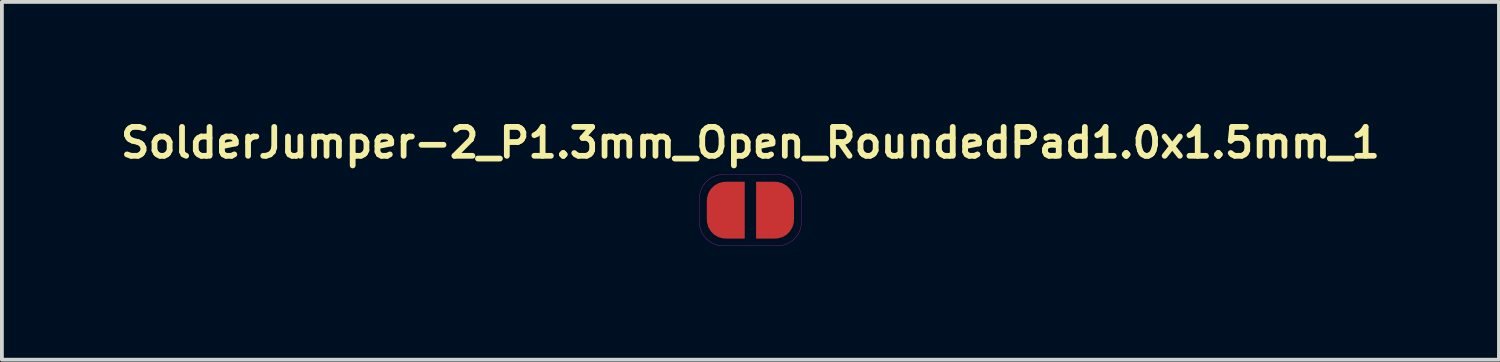
<source format=kicad_pcb>
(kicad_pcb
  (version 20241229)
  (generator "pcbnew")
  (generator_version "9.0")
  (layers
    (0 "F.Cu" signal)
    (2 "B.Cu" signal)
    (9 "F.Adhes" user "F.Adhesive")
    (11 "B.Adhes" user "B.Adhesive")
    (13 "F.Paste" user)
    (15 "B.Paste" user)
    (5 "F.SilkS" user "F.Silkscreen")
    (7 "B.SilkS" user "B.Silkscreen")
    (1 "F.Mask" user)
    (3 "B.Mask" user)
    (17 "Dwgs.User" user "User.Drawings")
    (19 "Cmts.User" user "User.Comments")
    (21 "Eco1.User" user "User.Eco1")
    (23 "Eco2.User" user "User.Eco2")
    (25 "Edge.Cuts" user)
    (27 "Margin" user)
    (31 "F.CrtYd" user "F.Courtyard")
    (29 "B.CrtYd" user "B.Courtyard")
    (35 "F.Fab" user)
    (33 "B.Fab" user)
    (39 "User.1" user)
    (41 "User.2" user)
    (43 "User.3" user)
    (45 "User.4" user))
  (footprint "SolderJumper-2_P1.3mm_Open_RoundedPad1.0x1.5mm_1"
    (layer "F.Cu")
    (at 16.735 2.491)
    (property "Reference" "SolderJumper-2_P1.3mm_Open_RoundedPad1.0x1.5mm_1" (at 0 -1.778 0) (layer "F.SilkS") (effects (font (size 0.762 0.762) (thickness 0.152) (bold yes))))
    (attr exclude_from_pos_files exclude_from_bom)
    (fp_line (start -1.346 0.305) (end -1.346 -0.305) (stroke (width 0.006) (type default)) (layer "F.CrtYd"))
    (fp_line (start -0.711 -0.94) (end 0.711 -0.94) (stroke (width 0.006) (type default)) (layer "F.CrtYd"))
    (fp_line (start 0.711 0.94) (end -0.711 0.94) (stroke (width 0.006) (type default)) (layer "F.CrtYd"))
    (fp_line (start 1.346 -0.305) (end 1.346 0.305) (stroke (width 0.006) (type default)) (layer "F.CrtYd"))
    (fp_arc (start -1.3462 -0.3048) (mid -1.160213 -0.753813) (end -0.7112 -0.9398) (stroke (width 0.00635) (type default)) (layer "F.CrtYd"))
    (fp_arc (start -0.7112 0.9398) (mid -1.160213 0.753813) (end -1.3462 0.3048) (stroke (width 0.00635) (type default)) (layer "F.CrtYd"))
    (fp_arc (start 0.7112 -0.9398) (mid 1.160213 -0.753813) (end 1.3462 -0.3048) (stroke (width 0.00635) (type default)) (layer "F.CrtYd"))
    (fp_arc (start 1.3462 0.3048) (mid 1.160213 0.753813) (end 0.7112 0.9398) (stroke (width 0.00635) (type default)) (layer "F.CrtYd"))
    (pad "1" smd custom (at -0.65 0) (size 1 0.5) (layers "F.Cu" "F.Mask") (options (anchor rect)) (primitives (gr_circle (center 0 0.25) (end 0.5 0.25) (width 0) (fill yes)) (gr_circle (center 0 -0.25) (end 0.5 -0.25) (width 0) (fill yes)) (gr_poly (pts (xy 0.5 0.75) (xy 0 0.75) (xy 0 -0.75) (xy 0.5 -0.75)) (width 0) (fill yes))))
    (pad "2" smd custom (at 0.65 0) (size 1 0.5) (layers "F.Cu" "F.Mask") (options (anchor rect)) (primitives (gr_circle (center 0 0.25) (end 0.5 0.25) (width 0) (fill yes)) (gr_circle (center 0 -0.25) (end 0.5 -0.25) (width 0) (fill yes)) (gr_poly (pts (xy 0 0.75) (xy -0.5 0.75) (xy -0.5 -0.75) (xy 0 -0.75)) (width 0) (fill yes)))))
  (gr_rect
    (start -3 -3)
    (end 36.47 6.434)
    (stroke (width 0.1) (type default))
    (fill no)
    (layer "Edge.Cuts")))
</source>
